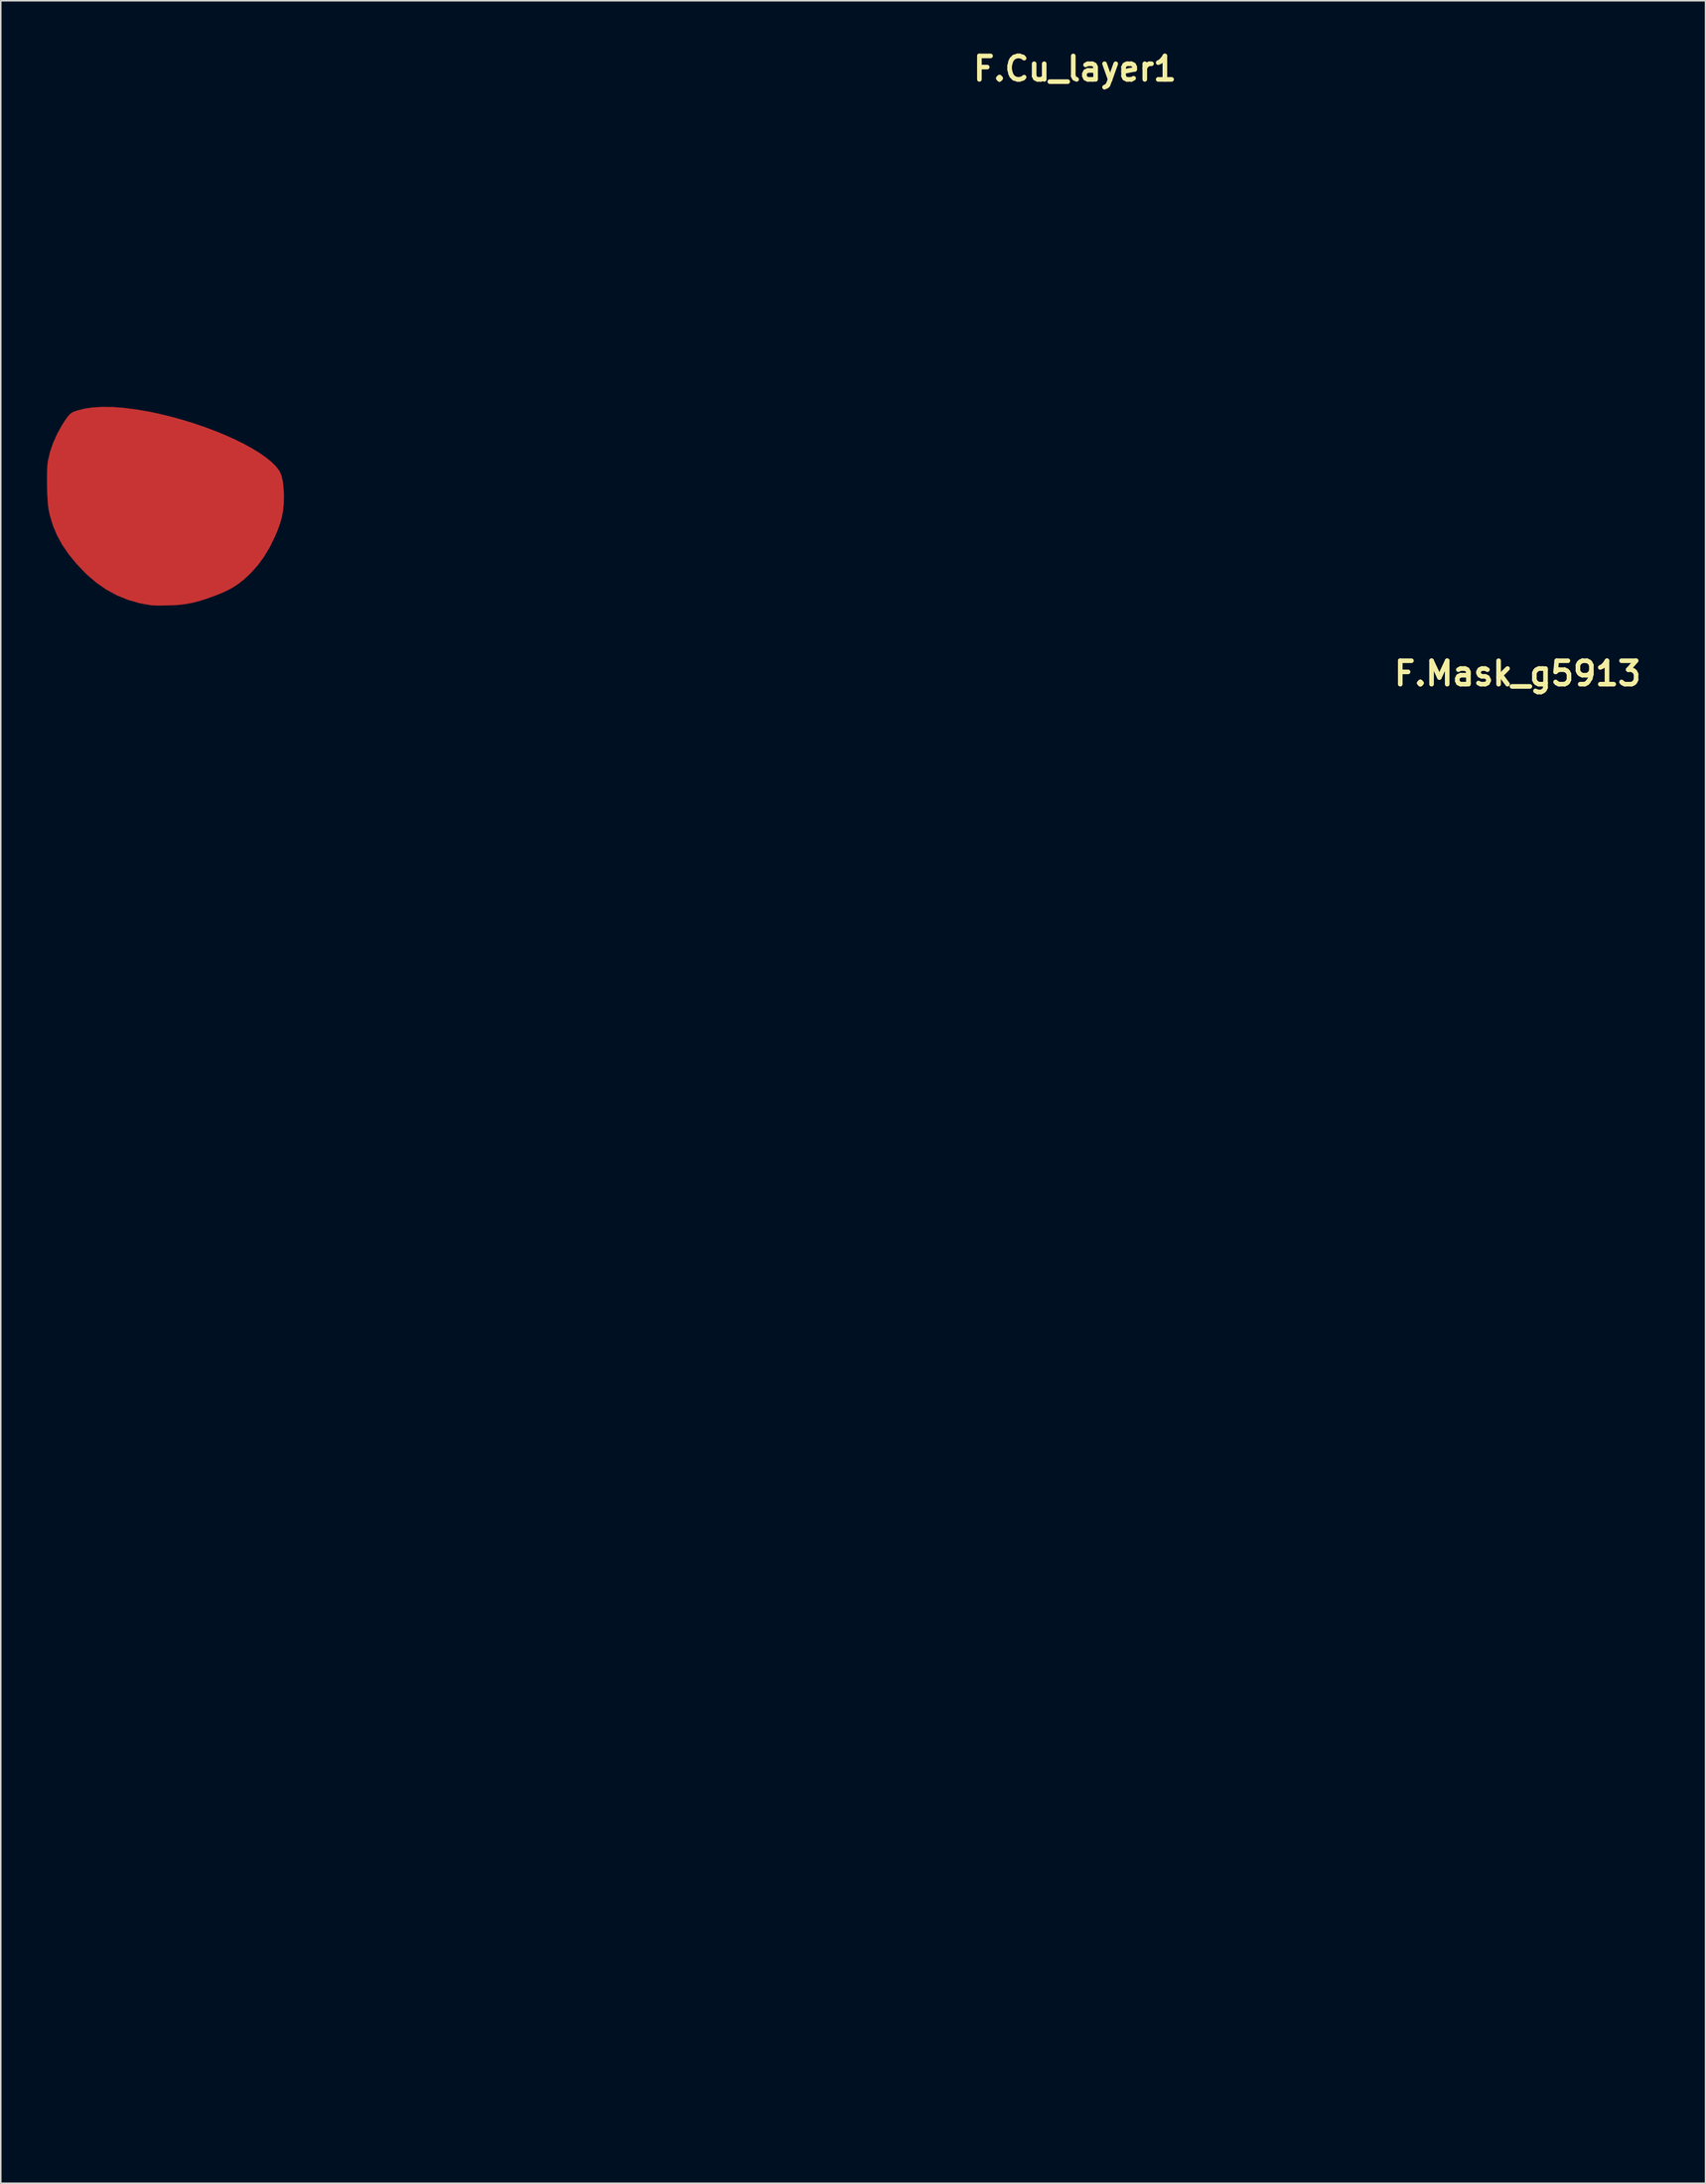
<source format=kicad_pcb>
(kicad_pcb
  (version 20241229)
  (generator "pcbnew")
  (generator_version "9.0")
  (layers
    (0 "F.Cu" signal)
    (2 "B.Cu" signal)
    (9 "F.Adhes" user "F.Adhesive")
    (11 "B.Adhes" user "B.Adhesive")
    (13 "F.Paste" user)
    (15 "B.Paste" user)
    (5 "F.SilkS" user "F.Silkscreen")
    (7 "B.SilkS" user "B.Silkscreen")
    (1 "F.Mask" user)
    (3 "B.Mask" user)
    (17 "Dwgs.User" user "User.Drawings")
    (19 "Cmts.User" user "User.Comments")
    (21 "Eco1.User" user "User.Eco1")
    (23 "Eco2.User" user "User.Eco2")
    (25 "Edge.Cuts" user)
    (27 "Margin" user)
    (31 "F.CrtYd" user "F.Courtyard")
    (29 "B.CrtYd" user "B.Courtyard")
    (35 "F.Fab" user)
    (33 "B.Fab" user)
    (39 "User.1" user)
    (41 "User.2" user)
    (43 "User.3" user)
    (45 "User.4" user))
  (footprint "F.Cu_layer1"
    (layer "F.Cu")
    (at 66.761 1.418)
    (property "Reference" "F.Cu_layer1" (at 0 0 0) (layer "F.SilkS") (effects (font (size 1.524 1.524) (thickness 0.3))))
    (attr through_hole)
    (fp_poly (pts (xy -62.463 21.979) (xy -61.723 22.036) (xy -60.93 22.139) (xy -60.089 22.287) (xy -59.554 22.399) (xy -58.784 22.584) (xy -58.025 22.791) (xy -57.281 23.018) (xy -56.558 23.263) (xy -55.862 23.523) (xy -55.197 23.795) (xy -54.57 24.077) (xy -53.985 24.366) (xy -53.449 24.66) (xy -52.967 24.955) (xy -52.544 25.25) (xy -52.185 25.541) (xy -51.897 25.826) (xy -51.685 26.102) (xy -51.612 26.229) (xy -51.52 26.474) (xy -51.449 26.792) (xy -51.402 27.178) (xy -51.378 27.623) (xy -51.376 27.813) (xy -51.388 28.277) (xy -51.43 28.702) (xy -51.505 29.111) (xy -51.619 29.524) (xy -51.777 29.962) (xy -51.964 30.402) (xy -52.294 31.076) (xy -52.654 31.68) (xy -53.051 32.226) (xy -53.494 32.725) (xy -53.668 32.897) (xy -53.998 33.198) (xy -54.322 33.453) (xy -54.658 33.676) (xy -55.025 33.876) (xy -55.44 34.066) (xy -55.88 34.24) (xy -56.388 34.422) (xy -56.842 34.567) (xy -57.261 34.677) (xy -57.667 34.758) (xy -58.077 34.813) (xy -58.513 34.846) (xy -58.97 34.861) (xy -59.237 34.865) (xy -59.483 34.866) (xy -59.694 34.865) (xy -59.852 34.861) (xy -59.943 34.856) (xy -59.944 34.856) (xy -60.734 34.718) (xy -61.489 34.502) (xy -62.208 34.209) (xy -62.892 33.839) (xy -63.539 33.393) (xy -64.15 32.871) (xy -64.298 32.728) (xy -64.868 32.124) (xy -65.357 31.522) (xy -65.768 30.917) (xy -66.104 30.304) (xy -66.369 29.677) (xy -66.565 29.031) (xy -66.654 28.617) (xy -66.685 28.4) (xy -66.71 28.118) (xy -66.73 27.788) (xy -66.745 27.426) (xy -66.754 27.049) (xy -66.756 26.672) (xy -66.753 26.313) (xy -66.742 25.988) (xy -66.726 25.712) (xy -66.702 25.503) (xy -66.699 25.487) (xy -66.568 24.925) (xy -66.371 24.343) (xy -66.114 23.76) (xy -65.807 23.196) (xy -65.636 22.927) (xy -65.488 22.708) (xy -65.368 22.548) (xy -65.263 22.434) (xy -65.156 22.351) (xy -65.032 22.288) (xy -64.877 22.23) (xy -64.82 22.211) (xy -64.328 22.084) (xy -63.769 22.003) (xy -63.146 21.968) (xy -62.463 21.979)) (stroke (width 0.01) (type solid)) (fill yes) (layer "F.Cu")))
  (footprint "F.Mask_g5913"
    (layer "F.Cu")
    (at 95.509 40.707)
    (property "Reference" "F.Mask_g5913" (at 0 0 0) (layer "F.SilkS") (effects (font (size 1.524 1.524) (thickness 0.3))))
    (attr through_hole)
    (fp_poly (pts (xy -42.742 -0.806) (xy -42.314 -0.794) (xy -41.88 -0.775) (xy -41.429 -0.747) (xy -41.381 -0.744) (xy -39.722 -0.617) (xy -38.137 -0.468) (xy -36.614 -0.295) (xy -35.146 -0.096) (xy -33.723 0.13) (xy -32.334 0.384) (xy -30.972 0.667) (xy -29.627 0.983) (xy -28.289 1.331) (xy -27.728 1.487) (xy -27.331 1.604) (xy -26.873 1.747) (xy -26.372 1.908) (xy -25.846 2.082) (xy -25.313 2.263) (xy -24.789 2.445) (xy -24.294 2.622) (xy -23.844 2.788) (xy -23.458 2.937) (xy -23.454 2.939) (xy -22.545 3.3) (xy -19.432 2.393) (xy -18.77 2.2) (xy -18.182 2.029) (xy -17.665 1.879) (xy -17.21 1.747) (xy -16.814 1.632) (xy -16.469 1.533) (xy -16.17 1.447) (xy -15.91 1.374) (xy -15.685 1.311) (xy -15.488 1.256) (xy -15.312 1.209) (xy -15.153 1.167) (xy -15.005 1.129) (xy -14.86 1.093) (xy -14.715 1.057) (xy -14.561 1.02) (xy -14.544 1.016) (xy -12.879 0.651) (xy -11.192 0.351) (xy -9.492 0.117) (xy -7.785 -0.051) (xy -6.079 -0.154) (xy -4.383 -0.19) (xy -2.703 -0.16) (xy -1.048 -0.063) (xy 0.575 0.1) (xy 2.159 0.331) (xy 2.921 0.47) (xy 3.299 0.547) (xy 3.738 0.645) (xy 4.218 0.757) (xy 4.718 0.879) (xy 5.219 1.006) (xy 5.701 1.133) (xy 6.143 1.254) (xy 6.525 1.366) (xy 6.549 1.373) (xy 6.954 1.499) (xy 7.351 1.628) (xy 7.731 1.756) (xy 8.085 1.88) (xy 8.406 1.998) (xy 8.684 2.106) (xy 8.911 2.2) (xy 9.079 2.279) (xy 9.178 2.337) (xy 9.2 2.359) (xy 9.189 2.41) (xy 9.14 2.526) (xy 9.056 2.697) (xy 8.942 2.915) (xy 8.803 3.17) (xy 8.644 3.455) (xy 8.469 3.76) (xy 8.283 4.077) (xy 8.202 4.212) (xy 7.386 5.505) (xy 6.513 6.759) (xy 5.588 7.969) (xy 4.615 9.13) (xy 3.601 10.235) (xy 2.55 11.281) (xy 1.466 12.261) (xy 0.356 13.171) (xy -0.777 14.004) (xy -1.143 14.253) (xy -1.363 14.399) (xy -1.585 14.543) (xy -1.787 14.671) (xy -1.948 14.77) (xy -1.999 14.8) (xy -2.134 14.88) (xy -2.235 14.945) (xy -2.283 14.982) (xy -2.285 14.986) (xy -2.255 15.021) (xy -2.174 15.098) (xy -2.054 15.207) (xy -1.928 15.318) (xy -1.449 15.759) (xy -0.944 16.267) (xy -0.42 16.834) (xy 0.115 17.452) (xy 0.653 18.11) (xy 1.187 18.799) (xy 1.709 19.51) (xy 2.211 20.235) (xy 2.435 20.573) (xy 3.37 22.077) (xy 4.232 23.616) (xy 5.022 25.193) (xy 5.74 26.808) (xy 6.387 28.463) (xy 6.962 30.159) (xy 7.467 31.897) (xy 7.902 33.68) (xy 8.267 35.507) (xy 8.562 37.381) (xy 8.789 39.302) (xy 8.94 41.169) (xy 8.955 41.459) (xy 8.968 41.814) (xy 8.978 42.223) (xy 8.985 42.673) (xy 8.99 43.151) (xy 8.993 43.646) (xy 8.993 44.145) (xy 8.991 44.636) (xy 8.986 45.105) (xy 8.979 45.542) (xy 8.969 45.933) (xy 8.957 46.267) (xy 8.942 46.53) (xy 8.94 46.567) (xy 8.794 48.107) (xy 8.598 49.586) (xy 8.35 51.012) (xy 8.046 52.395) (xy 7.683 53.743) (xy 7.259 55.065) (xy 6.771 56.37) (xy 6.215 57.668) (xy 5.59 58.965) (xy 4.893 60.273) (xy 4.199 61.468) (xy 4.079 61.665) (xy 3.96 61.861) (xy 3.835 62.062) (xy 3.7 62.277) (xy 3.551 62.512) (xy 3.383 62.776) (xy 3.191 63.074) (xy 2.971 63.415) (xy 2.718 63.805) (xy 2.427 64.252) (xy 2.131 64.707) (xy 1.918 65.036) (xy 1.681 65.409) (xy 1.435 65.8) (xy 1.198 66.184) (xy 0.984 66.533) (xy 0.911 66.654) (xy 0.396 67.491) (xy -0.175 68.378) (xy -0.796 69.306) (xy -1.459 70.265) (xy -2.16 71.249) (xy -2.891 72.247) (xy -3.648 73.251) (xy -4.422 74.252) (xy -5.06 75.057) (xy -5.598 75.722) (xy -6.099 76.324) (xy -6.569 76.872) (xy -7.017 77.374) (xy -7.451 77.838) (xy -7.879 78.274) (xy -8.309 78.69) (xy -8.748 79.093) (xy -9.205 79.493) (xy -9.405 79.662) (xy -10.149 80.275) (xy -10.96 80.919) (xy -11.828 81.588) (xy -12.746 82.277) (xy -13.704 82.978) (xy -14.694 83.687) (xy -15.706 84.396) (xy -16.731 85.099) (xy -17.761 85.791) (xy -18.787 86.464) (xy -19.799 87.114) (xy -20.789 87.734) (xy -21.748 88.317) (xy -22.668 88.857) (xy -22.769 88.916) (xy -24.285 89.756) (xy -25.808 90.54) (xy -27.334 91.267) (xy -28.858 91.935) (xy -30.377 92.542) (xy -31.886 93.087) (xy -33.38 93.569) (xy -34.855 93.986) (xy -36.308 94.338) (xy -37.732 94.621) (xy -39.125 94.836) (xy -40.482 94.98) (xy -41.317 95.034) (xy -41.678 95.047) (xy -42.098 95.058) (xy -42.56 95.064) (xy -43.044 95.068) (xy -43.533 95.067) (xy -44.008 95.064) (xy -44.45 95.056) (xy -44.842 95.046) (xy -45.114 95.034) (xy -46.384 94.934) (xy -47.697 94.767) (xy -49.048 94.533) (xy -50.433 94.235) (xy -51.845 93.874) (xy -53.279 93.452) (xy -54.731 92.97) (xy -56.196 92.43) (xy -57.667 91.833) (xy -59.141 91.182) (xy -60.611 90.478) (xy -62.073 89.722) (xy -62.382 89.555) (xy -63.284 89.051) (xy -64.235 88.498) (xy -65.226 87.901) (xy -66.249 87.267) (xy -67.295 86.6) (xy -68.354 85.908) (xy -69.418 85.197) (xy -70.478 84.471) (xy -71.526 83.739) (xy -72.552 83.005) (xy -73.547 82.276) (xy -74.502 81.558) (xy -75.41 80.857) (xy -76.26 80.179) (xy -77.044 79.53) (xy -77.174 79.42) (xy -77.656 78.994) (xy -78.149 78.529) (xy -78.655 78.021) (xy -79.179 77.466) (xy -79.724 76.861) (xy -80.293 76.2) (xy -80.89 75.482) (xy -81.517 74.701) (xy -82.179 73.853) (xy -82.875 72.94) (xy -83.643 71.911) (xy -84.371 70.909) (xy -85.057 69.94) (xy -85.695 69.009) (xy -86.284 68.122) (xy -86.818 67.284) (xy -87.203 66.654) (xy -87.369 66.381) (xy -87.571 66.054) (xy -87.801 65.686) (xy -88.048 65.295) (xy -88.302 64.895) (xy -88.555 64.502) (xy -88.793 64.135) (xy -89.133 63.614) (xy -89.431 63.154) (xy -89.693 62.748) (xy -89.923 62.386) (xy -90.129 62.06) (xy -90.314 61.762) (xy -90.485 61.483) (xy -90.646 61.214) (xy -90.803 60.947) (xy -90.955 60.685) (xy -91.721 59.283) (xy -92.408 57.881) (xy -93.017 56.472) (xy -93.551 55.05) (xy -94.01 53.609) (xy -94.398 52.143) (xy -94.715 50.644) (xy -94.964 49.108) (xy -95.147 47.526) (xy -95.253 46.101) (xy -95.265 45.835) (xy -95.274 45.498) (xy -95.28 45.103) (xy -95.283 44.664) (xy -95.284 44.192) (xy -95.282 43.701) (xy -95.278 43.204) (xy -95.272 42.714) (xy -95.264 42.243) (xy -95.253 41.804) (xy -95.241 41.41) (xy -95.227 41.074) (xy -95.212 40.808) (xy -95.21 40.788) (xy -95.082 39.315) (xy -94.927 37.911) (xy -94.741 36.563) (xy -94.523 35.26) (xy -94.269 33.99) (xy -93.979 32.74) (xy -93.649 31.498) (xy -93.278 30.253) (xy -93.008 29.422) (xy -92.475 27.933) (xy -92.032 26.84) (xy -66.741 26.84) (xy -66.737 27.214) (xy -66.726 27.577) (xy -66.709 27.913) (xy -66.684 28.206) (xy -66.661 28.39) (xy -66.547 28.986) (xy -66.391 29.546) (xy -66.186 30.08) (xy -65.927 30.601) (xy -65.608 31.119) (xy -65.223 31.648) (xy -64.767 32.197) (xy -64.744 32.223) (xy -64.162 32.828) (xy -63.548 33.355) (xy -62.904 33.803) (xy -62.231 34.174) (xy -61.528 34.465) (xy -60.797 34.676) (xy -60.748 34.687) (xy -60.127 34.802) (xy -59.534 34.861) (xy -58.936 34.866) (xy -58.505 34.84) (xy -58.028 34.788) (xy -57.583 34.717) (xy -57.146 34.622) (xy -56.696 34.496) (xy -56.211 34.335) (xy -55.838 34.198) (xy -55.339 33.995) (xy -54.906 33.785) (xy -54.518 33.556) (xy -54.159 33.295) (xy -53.807 32.99) (xy -53.482 32.668) (xy -53.009 32.12) (xy -52.578 31.505) (xy -52.195 30.833) (xy -51.866 30.115) (xy -51.665 29.57) (xy -51.547 29.175) (xy -51.466 28.799) (xy -51.419 28.414) (xy -51.402 27.995) (xy -51.408 27.622) (xy -51.43 27.203) (xy -51.467 26.856) (xy -51.52 26.573) (xy -51.591 26.342) (xy -51.676 26.164) (xy -51.852 25.918) (xy -52.104 25.656) (xy -52.425 25.382) (xy -52.808 25.099) (xy -53.247 24.814) (xy -53.736 24.529) (xy -54.268 24.25) (xy -54.836 23.981) (xy -54.884 23.96) (xy -55.677 23.624) (xy -56.48 23.316) (xy -57.287 23.038) (xy -58.093 22.791) (xy -58.891 22.574) (xy -59.675 22.391) (xy -60.439 22.24) (xy -61.176 22.124) (xy -61.882 22.043) (xy -62.55 21.998) (xy -63.173 21.991) (xy -63.746 22.021) (xy -64.263 22.091) (xy -64.717 22.201) (xy -65.046 22.326) (xy -65.143 22.375) (xy -65.225 22.432) (xy -65.305 22.512) (xy -65.396 22.629) (xy -65.514 22.797) (xy -65.572 22.883) (xy -65.97 23.543) (xy -66.294 24.217) (xy -66.539 24.898) (xy -66.66 25.359) (xy -66.69 25.55) (xy -66.713 25.809) (xy -66.729 26.122) (xy -66.739 26.47) (xy -66.741 26.84) (xy -92.032 26.84) (xy -91.879 26.463) (xy -91.225 25.02) (xy -90.517 23.61) (xy -89.758 22.242) (xy -88.953 20.922) (xy -88.107 19.658) (xy -87.223 18.457) (xy -86.305 17.328) (xy -86.13 17.124) (xy -85.915 16.884) (xy -85.66 16.611) (xy -85.382 16.32) (xy -85.095 16.027) (xy -84.815 15.748) (xy -84.557 15.499) (xy -84.338 15.297) (xy -84.317 15.277) (xy -83.988 14.985) (xy -84.184 14.869) (xy -84.369 14.757) (xy -84.604 14.607) (xy -84.873 14.432) (xy -85.158 14.243) (xy -85.441 14.053) (xy -85.704 13.872) (xy -85.93 13.714) (xy -86.043 13.632) (xy -87.241 12.697) (xy -88.404 11.688) (xy -89.528 10.61) (xy -90.609 9.466) (xy -91.643 8.262) (xy -92.625 7.002) (xy -93.554 5.689) (xy -94.423 4.33) (xy -95.204 2.976) (xy -95.31 2.78) (xy -95.399 2.608) (xy -95.465 2.476) (xy -95.5 2.398) (xy -95.504 2.384) (xy -95.465 2.341) (xy -95.352 2.276) (xy -95.173 2.192) (xy -94.935 2.092) (xy -94.646 1.978) (xy -94.313 1.855) (xy -93.942 1.726) (xy -93.723 1.651) (xy -92.55 1.285) (xy -91.309 0.947) (xy -90.015 0.641) (xy -89.408 0.513) (xy -87.968 0.255) (xy -86.477 0.055) (xy -84.942 -0.085) (xy -83.373 -0.166) (xy -81.78 -0.189) (xy -80.17 -0.152) (xy -78.552 -0.056) (xy -76.937 0.099) (xy -75.331 0.313) (xy -74.126 0.514) (xy -73.758 0.582) (xy -73.406 0.65) (xy -73.062 0.72) (xy -72.719 0.793) (xy -72.371 0.872) (xy -72.01 0.957) (xy -71.629 1.051) (xy -71.223 1.156) (xy -70.784 1.272) (xy -70.304 1.403) (xy -69.778 1.55) (xy -69.198 1.714) (xy -68.558 1.898) (xy -67.85 2.103) (xy -67.084 2.326) (xy -63.746 3.3) (xy -62.944 2.981) (xy -61.301 2.365) (xy -59.614 1.803) (xy -57.878 1.296) (xy -56.092 0.843) (xy -54.251 0.443) (xy -52.353 0.096) (xy -50.395 -0.2) (xy -48.374 -0.445) (xy -47.117 -0.569) (xy -46.382 -0.633) (xy -45.722 -0.687) (xy -45.125 -0.731) (xy -44.581 -0.764) (xy -44.082 -0.788) (xy -43.615 -0.803) (xy -43.172 -0.809) (xy -42.742 -0.806)) (stroke (width 0.01) (type solid)) (fill yes) (layer "F.Mask")))
  (gr_rect
    (start -3 -3)
    (end 107.714 138.779)
    (stroke (width 0.1) (type default))
    (fill no)
    (layer "Edge.Cuts")))
</source>
